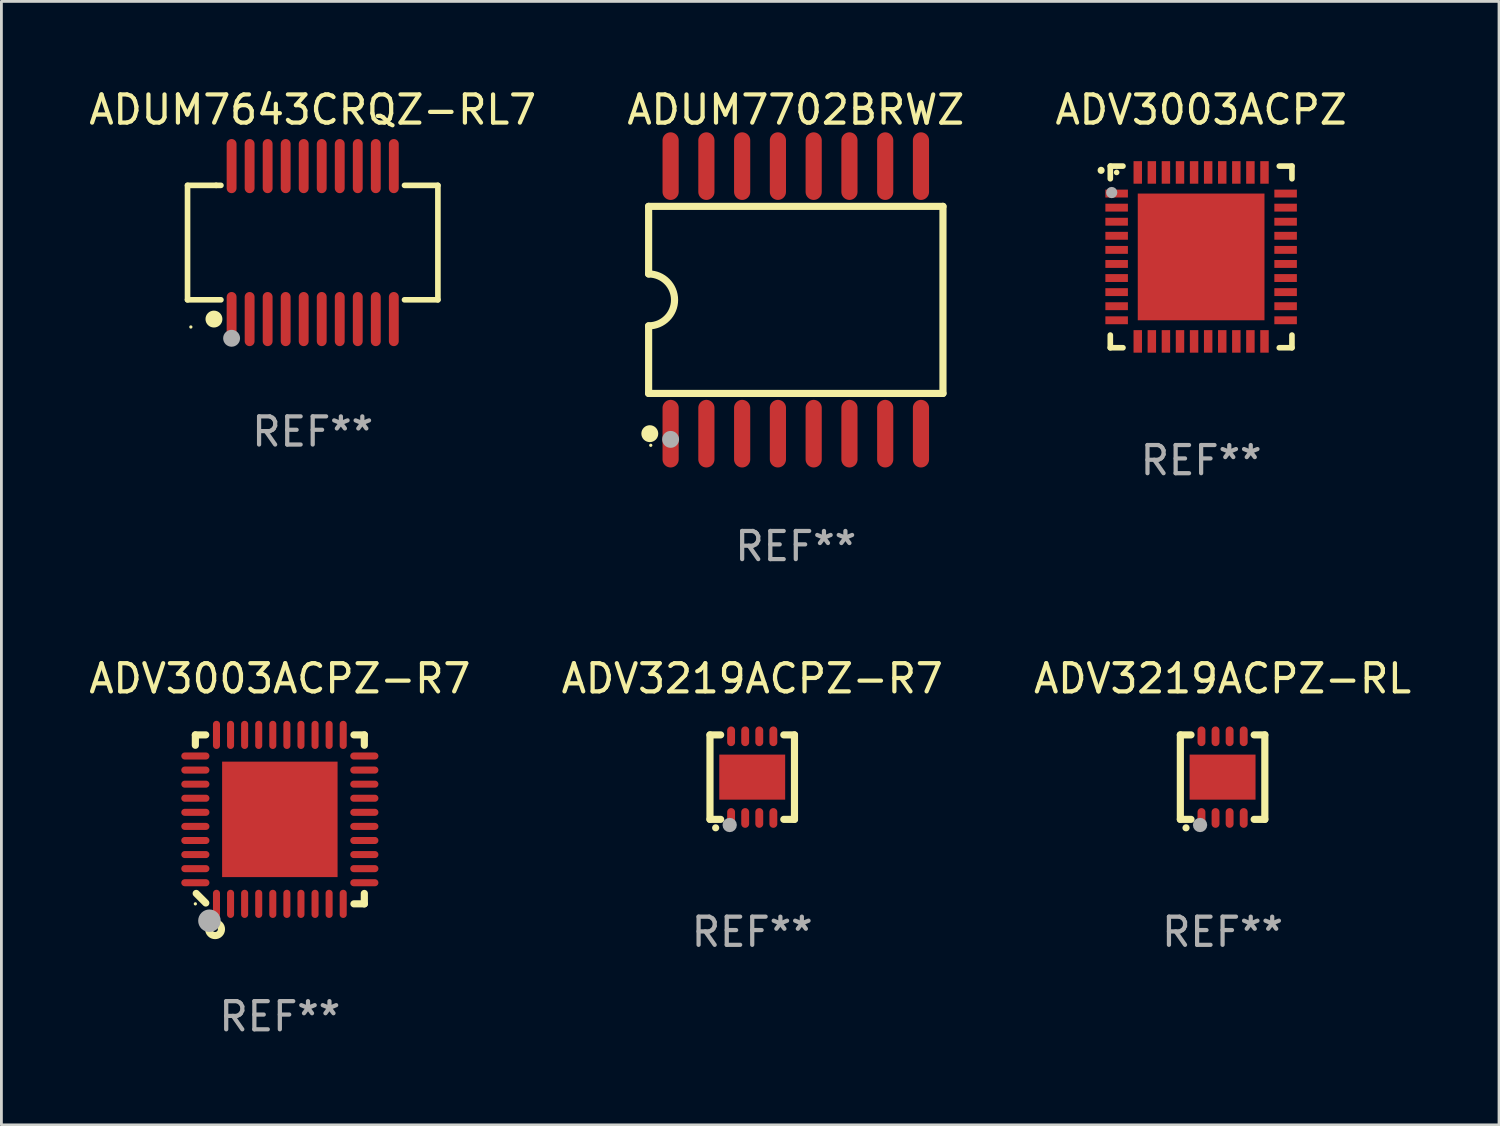
<source format=kicad_pcb>
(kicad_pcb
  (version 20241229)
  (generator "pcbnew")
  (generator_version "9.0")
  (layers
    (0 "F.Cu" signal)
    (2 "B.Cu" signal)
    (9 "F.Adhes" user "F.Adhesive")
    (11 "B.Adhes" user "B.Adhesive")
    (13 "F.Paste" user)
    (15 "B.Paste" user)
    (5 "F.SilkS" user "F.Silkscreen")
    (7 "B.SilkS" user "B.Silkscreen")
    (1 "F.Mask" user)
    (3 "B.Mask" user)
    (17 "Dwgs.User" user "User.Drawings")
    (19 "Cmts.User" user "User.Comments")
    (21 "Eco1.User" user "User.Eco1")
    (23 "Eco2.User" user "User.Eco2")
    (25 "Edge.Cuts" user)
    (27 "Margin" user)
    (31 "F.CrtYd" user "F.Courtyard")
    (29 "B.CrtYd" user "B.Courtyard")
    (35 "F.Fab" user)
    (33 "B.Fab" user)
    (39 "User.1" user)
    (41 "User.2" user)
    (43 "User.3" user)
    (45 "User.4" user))
  (footprint "ADV3219ACPZ-RL"
    (layer "F.Cu")
    (at 40.363 24.545)
    (property "Reference" "ADV3219ACPZ-RL" (at 0 -3.5 0) (layer "F.SilkS") (effects (font (size 1 1) (thickness 0.15))))
    (attr through_hole)
    (fp_line (start -1.5 -1.5) (end -1.121 -1.5) (stroke (width 0.254) (type solid)) (layer "F.SilkS"))
    (fp_line (start -1.5 1.5) (end -1.5 -1.5) (stroke (width 0.254) (type solid)) (layer "F.SilkS"))
    (fp_line (start -1.121 1.5) (end -1.5 1.5) (stroke (width 0.254) (type solid)) (layer "F.SilkS"))
    (fp_line (start 1.121 -1.5) (end 1.5 -1.5) (stroke (width 0.254) (type solid)) (layer "F.SilkS"))
    (fp_line (start 1.5 -1.5) (end 1.5 1.5) (stroke (width 0.254) (type solid)) (layer "F.SilkS"))
    (fp_line (start 1.5 1.5) (end 1.121 1.5) (stroke (width 0.254) (type solid)) (layer "F.SilkS"))
    (fp_arc (start -1.3 1.8) (mid -1.29873 1.799994) (end -1.29746 1.8) (stroke (width 0.25) (type solid)) (layer "F.SilkS"))
    (fp_circle (center -1.5 1.51) (end -1.47 1.51) (stroke (width 0.06) (type solid)) (fill no) (layer "F.SilkS"))
    (fp_circle (center -0.8 1.7) (end -0.673 1.7) (stroke (width 0.254) (type solid)) (fill no) (layer "F.Fab"))
    (fp_text user "REF**" (at 0 5.5 0) (layer "F.Fab") (effects (font (size 1 1) (thickness 0.15))))
    (pad "1" smd oval (at -0.75 1.45 180) (size 0.28 0.7) (layers "F.Cu" "F.Mask" "F.Paste"))
    (pad "2" smd oval (at -0.25 1.45 180) (size 0.28 0.7) (layers "F.Cu" "F.Mask" "F.Paste"))
    (pad "3" smd oval (at 0.25 1.45 180) (size 0.28 0.7) (layers "F.Cu" "F.Mask" "F.Paste"))
    (pad "4" smd oval (at 0.75 1.45 180) (size 0.28 0.7) (layers "F.Cu" "F.Mask" "F.Paste"))
    (pad "5" smd oval (at 0.75 -1.45 180) (size 0.28 0.7) (layers "F.Cu" "F.Mask" "F.Paste"))
    (pad "6" smd oval (at 0.25 -1.45 180) (size 0.28 0.7) (layers "F.Cu" "F.Mask" "F.Paste"))
    (pad "7" smd oval (at -0.25 -1.45 180) (size 0.28 0.7) (layers "F.Cu" "F.Mask" "F.Paste"))
    (pad "8" smd oval (at -0.75 -1.45 180) (size 0.28 0.7) (layers "F.Cu" "F.Mask" "F.Paste"))
    (pad "9" smd rect (at 0 0 90) (size 1.6 2.34) (layers "F.Cu" "F.Mask" "F.Paste")))
  (footprint "ADUM7643CRQZ-RL7"
    (layer "F.Cu")
    (at 8.054 5.564)
    (property "Reference" "ADUM7643CRQZ-RL7" (at 0 -4.716 0) (layer "F.SilkS") (effects (font (size 1 1) (thickness 0.15))))
    (attr through_hole)
    (fp_line (start -4.445 -2.032) (end -4.445 2.032) (stroke (width 0.2) (type solid)) (layer "F.SilkS"))
    (fp_line (start -4.445 2.032) (end -3.259 2.032) (stroke (width 0.2) (type solid)) (layer "F.SilkS"))
    (fp_line (start -3.429 -2.032) (end -4.445 -2.032) (stroke (width 0.2) (type solid)) (layer "F.SilkS"))
    (fp_line (start -3.259 -2.032) (end -3.429 -2.032) (stroke (width 0.2) (type solid)) (layer "F.SilkS"))
    (fp_line (start 3.259 2.032) (end 4.445 2.032) (stroke (width 0.2) (type solid)) (layer "F.SilkS"))
    (fp_line (start 4.445 -2.032) (end 3.259 -2.032) (stroke (width 0.2) (type solid)) (layer "F.SilkS"))
    (fp_line (start 4.445 2.032) (end 4.445 -2.032) (stroke (width 0.2) (type solid)) (layer "F.SilkS"))
    (fp_circle (center -4.327 2.997) (end -4.297 2.997) (stroke (width 0.06) (type solid)) (fill no) (layer "F.SilkS"))
    (fp_circle (center -3.507 2.716) (end -3.357 2.716) (stroke (width 0.3) (type solid)) (fill no) (layer "F.SilkS"))
    (fp_circle (center -2.88 3.398) (end -2.73 3.398) (stroke (width 0.3) (type solid)) (fill no) (layer "F.Fab"))
    (fp_text user "REF**" (at 0 6.716 0) (layer "F.Fab") (effects (font (size 1 1) (thickness 0.15))))
    (pad "1" smd oval (at -2.88 2.716) (size 0.35 1.922) (layers "F.Cu" "F.Mask" "F.Paste"))
    (pad "2" smd oval (at -2.24 2.716) (size 0.35 1.922) (layers "F.Cu" "F.Mask" "F.Paste"))
    (pad "3" smd oval (at -1.6 2.716) (size 0.35 1.922) (layers "F.Cu" "F.Mask" "F.Paste"))
    (pad "4" smd oval (at -0.96 2.716) (size 0.35 1.922) (layers "F.Cu" "F.Mask" "F.Paste"))
    (pad "5" smd oval (at -0.32 2.716) (size 0.35 1.922) (layers "F.Cu" "F.Mask" "F.Paste"))
    (pad "6" smd oval (at 0.32 2.716) (size 0.35 1.922) (layers "F.Cu" "F.Mask" "F.Paste"))
    (pad "7" smd oval (at 0.96 2.716) (size 0.35 1.922) (layers "F.Cu" "F.Mask" "F.Paste"))
    (pad "8" smd oval (at 1.6 2.716) (size 0.35 1.922) (layers "F.Cu" "F.Mask" "F.Paste"))
    (pad "9" smd oval (at 2.24 2.716) (size 0.35 1.922) (layers "F.Cu" "F.Mask" "F.Paste"))
    (pad "10" smd oval (at 2.88 2.716) (size 0.35 1.922) (layers "F.Cu" "F.Mask" "F.Paste"))
    (pad "11" smd oval (at 2.88 -2.716) (size 0.35 1.922) (layers "F.Cu" "F.Mask" "F.Paste"))
    (pad "12" smd oval (at 2.24 -2.716) (size 0.35 1.922) (layers "F.Cu" "F.Mask" "F.Paste"))
    (pad "13" smd oval (at 1.6 -2.716) (size 0.35 1.922) (layers "F.Cu" "F.Mask" "F.Paste"))
    (pad "14" smd oval (at 0.96 -2.716) (size 0.35 1.922) (layers "F.Cu" "F.Mask" "F.Paste"))
    (pad "15" smd oval (at 0.32 -2.716) (size 0.35 1.922) (layers "F.Cu" "F.Mask" "F.Paste"))
    (pad "16" smd oval (at -0.32 -2.716) (size 0.35 1.922) (layers "F.Cu" "F.Mask" "F.Paste"))
    (pad "17" smd oval (at -0.96 -2.716) (size 0.35 1.922) (layers "F.Cu" "F.Mask" "F.Paste"))
    (pad "18" smd oval (at -1.6 -2.716) (size 0.35 1.922) (layers "F.Cu" "F.Mask" "F.Paste"))
    (pad "19" smd oval (at -2.24 -2.716) (size 0.35 1.922) (layers "F.Cu" "F.Mask" "F.Paste"))
    (pad "20" smd oval (at -2.88 -2.716) (size 0.35 1.922) (layers "F.Cu" "F.Mask" "F.Paste")))
  (footprint "ADUM7702BRWZ"
    (layer "F.Cu")
    (at 25.208 7.599)
    (property "Reference" "ADUM7702BRWZ" (at 0 -6.75 0) (layer "F.SilkS") (effects (font (size 1 1) (thickness 0.15))))
    (attr through_hole)
    (fp_line (start -5.226 -3.321) (end -5.226 -0.921) (stroke (width 0.254) (type solid)) (layer "F.SilkS"))
    (fp_line (start -5.226 -3.321) (end 5.226 -3.321) (stroke (width 0.254) (type solid)) (layer "F.SilkS"))
    (fp_line (start -5.226 3.321) (end -5.226 0.921) (stroke (width 0.254) (type solid)) (layer "F.SilkS"))
    (fp_line (start 5.226 -3.321) (end 5.226 3.321) (stroke (width 0.254) (type solid)) (layer "F.SilkS"))
    (fp_line (start 5.226 3.321) (end -5.226 3.321) (stroke (width 0.254) (type solid)) (layer "F.SilkS"))
    (fp_arc (start -5.226594 -0.920751) (mid -4.305538 0.000127) (end -5.226238 0.921361) (stroke (width 0.254001) (type solid)) (layer "F.SilkS"))
    (fp_circle (center -5.184 4.75) (end -5.034 4.75) (stroke (width 0.3) (type solid)) (fill no) (layer "F.SilkS"))
    (fp_circle (center -5.15 5.163) (end -5.12 5.163) (stroke (width 0.06) (type solid)) (fill no) (layer "F.SilkS"))
    (fp_circle (center -4.445 4.953) (end -4.295 4.953) (stroke (width 0.3) (type solid)) (fill no) (layer "F.Fab"))
    (fp_text user "REF**" (at 0 8.75 0) (layer "F.Fab") (effects (font (size 1 1) (thickness 0.15))))
    (pad "1" smd oval (at -4.445 4.75) (size 0.574 2.401) (layers "F.Cu" "F.Mask" "F.Paste"))
    (pad "2" smd oval (at -3.175 4.75) (size 0.574 2.401) (layers "F.Cu" "F.Mask" "F.Paste"))
    (pad "3" smd oval (at -1.905 4.75) (size 0.574 2.401) (layers "F.Cu" "F.Mask" "F.Paste"))
    (pad "4" smd oval (at -0.635 4.75) (size 0.574 2.401) (layers "F.Cu" "F.Mask" "F.Paste"))
    (pad "5" smd oval (at 0.635 4.75) (size 0.574 2.401) (layers "F.Cu" "F.Mask" "F.Paste"))
    (pad "6" smd oval (at 1.905 4.75) (size 0.574 2.401) (layers "F.Cu" "F.Mask" "F.Paste"))
    (pad "7" smd oval (at 3.175 4.75) (size 0.574 2.401) (layers "F.Cu" "F.Mask" "F.Paste"))
    (pad "8" smd oval (at 4.445 4.75) (size 0.574 2.401) (layers "F.Cu" "F.Mask" "F.Paste"))
    (pad "9" smd oval (at 4.445 -4.75) (size 0.574 2.401) (layers "F.Cu" "F.Mask" "F.Paste"))
    (pad "10" smd oval (at 3.175 -4.75) (size 0.574 2.401) (layers "F.Cu" "F.Mask" "F.Paste"))
    (pad "11" smd oval (at 1.905 -4.75) (size 0.574 2.401) (layers "F.Cu" "F.Mask" "F.Paste"))
    (pad "12" smd oval (at 0.635 -4.75) (size 0.574 2.401) (layers "F.Cu" "F.Mask" "F.Paste"))
    (pad "13" smd oval (at -0.635 -4.75) (size 0.574 2.401) (layers "F.Cu" "F.Mask" "F.Paste"))
    (pad "14" smd oval (at -1.905 -4.75) (size 0.574 2.401) (layers "F.Cu" "F.Mask" "F.Paste"))
    (pad "15" smd oval (at -3.175 -4.75) (size 0.574 2.401) (layers "F.Cu" "F.Mask" "F.Paste"))
    (pad "16" smd oval (at -4.445 -4.75) (size 0.574 2.401) (layers "F.Cu" "F.Mask" "F.Paste")))
  (footprint "ADV3219ACPZ-R7"
    (layer "F.Cu")
    (at 23.661 24.545)
    (property "Reference" "ADV3219ACPZ-R7" (at 0 -3.5 0) (layer "F.SilkS") (effects (font (size 1 1) (thickness 0.15))))
    (attr through_hole)
    (fp_line (start -1.5 -1.5) (end -1.121 -1.5) (stroke (width 0.254) (type solid)) (layer "F.SilkS"))
    (fp_line (start -1.5 1.5) (end -1.5 -1.5) (stroke (width 0.254) (type solid)) (layer "F.SilkS"))
    (fp_line (start -1.121 1.5) (end -1.5 1.5) (stroke (width 0.254) (type solid)) (layer "F.SilkS"))
    (fp_line (start 1.121 -1.5) (end 1.5 -1.5) (stroke (width 0.254) (type solid)) (layer "F.SilkS"))
    (fp_line (start 1.5 -1.5) (end 1.5 1.5) (stroke (width 0.254) (type solid)) (layer "F.SilkS"))
    (fp_line (start 1.5 1.5) (end 1.121 1.5) (stroke (width 0.254) (type solid)) (layer "F.SilkS"))
    (fp_arc (start -1.3 1.8) (mid -1.29873 1.799994) (end -1.29746 1.8) (stroke (width 0.25) (type solid)) (layer "F.SilkS"))
    (fp_circle (center -1.5 1.51) (end -1.47 1.51) (stroke (width 0.06) (type solid)) (fill no) (layer "F.SilkS"))
    (fp_circle (center -0.8 1.7) (end -0.673 1.7) (stroke (width 0.254) (type solid)) (fill no) (layer "F.Fab"))
    (fp_text user "REF**" (at 0 5.5 0) (layer "F.Fab") (effects (font (size 1 1) (thickness 0.15))))
    (pad "1" smd oval (at -0.75 1.45 180) (size 0.28 0.7) (layers "F.Cu" "F.Mask" "F.Paste"))
    (pad "2" smd oval (at -0.25 1.45 180) (size 0.28 0.7) (layers "F.Cu" "F.Mask" "F.Paste"))
    (pad "3" smd oval (at 0.25 1.45 180) (size 0.28 0.7) (layers "F.Cu" "F.Mask" "F.Paste"))
    (pad "4" smd oval (at 0.75 1.45 180) (size 0.28 0.7) (layers "F.Cu" "F.Mask" "F.Paste"))
    (pad "5" smd oval (at 0.75 -1.45 180) (size 0.28 0.7) (layers "F.Cu" "F.Mask" "F.Paste"))
    (pad "6" smd oval (at 0.25 -1.45 180) (size 0.28 0.7) (layers "F.Cu" "F.Mask" "F.Paste"))
    (pad "7" smd oval (at -0.25 -1.45 180) (size 0.28 0.7) (layers "F.Cu" "F.Mask" "F.Paste"))
    (pad "8" smd oval (at -0.75 -1.45 180) (size 0.28 0.7) (layers "F.Cu" "F.Mask" "F.Paste"))
    (pad "9" smd rect (at 0 0 90) (size 1.6 2.34) (layers "F.Cu" "F.Mask" "F.Paste")))
  (footprint "ADV3003ACPZ-R7"
    (layer "F.Cu")
    (at 6.887 26.045)
    (property "Reference" "ADV3003ACPZ-R7" (at 0 -5 0) (layer "F.SilkS") (effects (font (size 1 1) (thickness 0.15))))
    (attr through_hole)
    (fp_line (start -3 -3) (end -3 -2.631) (stroke (width 0.254) (type solid)) (layer "F.SilkS"))
    (fp_line (start -2.631 -3) (end -3 -3) (stroke (width 0.254) (type solid)) (layer "F.SilkS"))
    (fp_line (start -2.63 2.97) (end -2.97 2.63) (stroke (width 0.254) (type solid)) (layer "F.SilkS"))
    (fp_line (start 2.631 -3) (end 3 -3) (stroke (width 0.254) (type solid)) (layer "F.SilkS"))
    (fp_line (start 3 -3) (end 3 -2.631) (stroke (width 0.254) (type solid)) (layer "F.SilkS"))
    (fp_line (start 3 2.631) (end 3 3) (stroke (width 0.254) (type solid)) (layer "F.SilkS"))
    (fp_line (start 3 3) (end 2.631 3) (stroke (width 0.254) (type solid)) (layer "F.SilkS"))
    (fp_circle (center -3 3) (end -2.97 3) (stroke (width 0.06) (type solid)) (fill no) (layer "F.SilkS"))
    (fp_circle (center -2.3 3.9) (end -2.2 3.9) (stroke (width 0.254) (type solid)) (fill no) (layer "F.SilkS"))
    (fp_circle (center -2.5 3.6) (end -2.3 3.6) (stroke (width 0.4) (type solid)) (fill no) (layer "F.Fab"))
    (fp_text user "REF**" (at 0 7 0) (layer "F.Fab") (effects (font (size 1 1) (thickness 0.15))))
    (pad "1" smd oval (at -2.25 3) (size 0.25 1) (layers "F.Cu" "F.Mask" "F.Paste"))
    (pad "2" smd oval (at -1.75 3) (size 0.25 1) (layers "F.Cu" "F.Mask" "F.Paste"))
    (pad "3" smd oval (at -1.25 3) (size 0.25 1) (layers "F.Cu" "F.Mask" "F.Paste"))
    (pad "4" smd oval (at -0.75 3) (size 0.25 1) (layers "F.Cu" "F.Mask" "F.Paste"))
    (pad "5" smd oval (at -0.25 3) (size 0.25 1) (layers "F.Cu" "F.Mask" "F.Paste"))
    (pad "6" smd oval (at 0.25 3) (size 0.25 1) (layers "F.Cu" "F.Mask" "F.Paste"))
    (pad "7" smd oval (at 0.75 3) (size 0.25 1) (layers "F.Cu" "F.Mask" "F.Paste"))
    (pad "8" smd oval (at 1.25 3) (size 0.25 1) (layers "F.Cu" "F.Mask" "F.Paste"))
    (pad "9" smd oval (at 1.75 3) (size 0.25 1) (layers "F.Cu" "F.Mask" "F.Paste"))
    (pad "10" smd oval (at 2.25 3) (size 0.25 1) (layers "F.Cu" "F.Mask" "F.Paste"))
    (pad "11" smd oval (at 3 2.25 90) (size 0.25 1) (layers "F.Cu" "F.Mask" "F.Paste"))
    (pad "12" smd oval (at 3 1.75 90) (size 0.25 1) (layers "F.Cu" "F.Mask" "F.Paste"))
    (pad "13" smd oval (at 3 1.25 90) (size 0.25 1) (layers "F.Cu" "F.Mask" "F.Paste"))
    (pad "14" smd oval (at 3 0.75 90) (size 0.25 1) (layers "F.Cu" "F.Mask" "F.Paste"))
    (pad "15" smd oval (at 3 0.25 90) (size 0.25 1) (layers "F.Cu" "F.Mask" "F.Paste"))
    (pad "16" smd oval (at 3 -0.25 90) (size 0.25 1) (layers "F.Cu" "F.Mask" "F.Paste"))
    (pad "17" smd oval (at 3 -0.75 90) (size 0.25 1) (layers "F.Cu" "F.Mask" "F.Paste"))
    (pad "18" smd oval (at 3 -1.25 90) (size 0.25 1) (layers "F.Cu" "F.Mask" "F.Paste"))
    (pad "19" smd oval (at 3 -1.75 90) (size 0.25 1) (layers "F.Cu" "F.Mask" "F.Paste"))
    (pad "20" smd oval (at 3 -2.25 90) (size 0.25 1) (layers "F.Cu" "F.Mask" "F.Paste"))
    (pad "21" smd oval (at 2.25 -3 180) (size 0.25 1) (layers "F.Cu" "F.Mask" "F.Paste"))
    (pad "22" smd oval (at 1.75 -3 180) (size 0.25 1) (layers "F.Cu" "F.Mask" "F.Paste"))
    (pad "23" smd oval (at 1.25 -3 180) (size 0.25 1) (layers "F.Cu" "F.Mask" "F.Paste"))
    (pad "24" smd oval (at 0.75 -3 180) (size 0.25 1) (layers "F.Cu" "F.Mask" "F.Paste"))
    (pad "25" smd oval (at 0.25 -3 180) (size 0.25 1) (layers "F.Cu" "F.Mask" "F.Paste"))
    (pad "26" smd oval (at -0.25 -3 180) (size 0.25 1) (layers "F.Cu" "F.Mask" "F.Paste"))
    (pad "27" smd oval (at -0.75 -3 180) (size 0.25 1) (layers "F.Cu" "F.Mask" "F.Paste"))
    (pad "28" smd oval (at -1.25 -3 180) (size 0.25 1) (layers "F.Cu" "F.Mask" "F.Paste"))
    (pad "29" smd oval (at -1.75 -3 180) (size 0.25 1) (layers "F.Cu" "F.Mask" "F.Paste"))
    (pad "30" smd oval (at -2.25 -3 180) (size 0.25 1) (layers "F.Cu" "F.Mask" "F.Paste"))
    (pad "31" smd oval (at -3 -2.25 270) (size 0.25 1) (layers "F.Cu" "F.Mask" "F.Paste"))
    (pad "32" smd oval (at -3 -1.75 270) (size 0.25 1) (layers "F.Cu" "F.Mask" "F.Paste"))
    (pad "33" smd oval (at -3 -1.25 270) (size 0.25 1) (layers "F.Cu" "F.Mask" "F.Paste"))
    (pad "34" smd oval (at -3 -0.75 270) (size 0.25 1) (layers "F.Cu" "F.Mask" "F.Paste"))
    (pad "35" smd oval (at -3 -0.25 270) (size 0.25 1) (layers "F.Cu" "F.Mask" "F.Paste"))
    (pad "36" smd oval (at -3 0.25 270) (size 0.25 1) (layers "F.Cu" "F.Mask" "F.Paste"))
    (pad "37" smd oval (at -3 0.75 270) (size 0.25 1) (layers "F.Cu" "F.Mask" "F.Paste"))
    (pad "38" smd oval (at -3 1.25 270) (size 0.25 1) (layers "F.Cu" "F.Mask" "F.Paste"))
    (pad "39" smd oval (at -3 1.75 270) (size 0.25 1) (layers "F.Cu" "F.Mask" "F.Paste"))
    (pad "40" smd oval (at -3 2.25 270) (size 0.25 1) (layers "F.Cu" "F.Mask" "F.Paste"))
    (pad "41" smd rect (at 0 0) (size 4.1 4.1) (layers "F.Cu" "F.Mask" "F.Paste")))
  (footprint "ADV3003ACPZ"
    (layer "F.Cu")
    (at 39.601 6.073)
    (property "Reference" "ADV3003ACPZ" (at 0 -5.225 0) (layer "F.SilkS") (effects (font (size 1 1) (thickness 0.15))))
    (attr through_hole)
    (fp_line (start -3.225 -3.225) (end -2.775 -3.225) (stroke (width 0.2) (type solid)) (layer "F.SilkS"))
    (fp_line (start -3.225 -2.775) (end -3.225 -3.225) (stroke (width 0.2) (type solid)) (layer "F.SilkS"))
    (fp_line (start -3.225 2.775) (end -3.225 3.225) (stroke (width 0.2) (type solid)) (layer "F.SilkS"))
    (fp_line (start -3.225 3.225) (end -2.775 3.225) (stroke (width 0.2) (type solid)) (layer "F.SilkS"))
    (fp_line (start 2.775 -3.225) (end 3.225 -3.225) (stroke (width 0.2) (type solid)) (layer "F.SilkS"))
    (fp_line (start 2.775 3.225) (end 3.225 3.225) (stroke (width 0.2) (type solid)) (layer "F.SilkS"))
    (fp_line (start 3.225 -3.225) (end 3.225 -2.775) (stroke (width 0.2) (type solid)) (layer "F.SilkS"))
    (fp_line (start 3.225 3.225) (end 3.225 2.775) (stroke (width 0.2) (type solid)) (layer "F.SilkS"))
    (fp_arc (start -3.55094 -3.073406) (mid -3.550946 -3.074676) (end -3.55094 -3.075946) (stroke (width 0.25) (type solid)) (layer "F.SilkS"))
    (fp_circle (center -3 -3) (end -2.95 -3) (stroke (width 0.1) (type solid)) (fill no) (layer "F.SilkS"))
    (fp_circle (center -3.175 -2.286) (end -3.075 -2.286) (stroke (width 0.2) (type solid)) (fill no) (layer "F.Fab"))
    (fp_text user "REF**" (at 0 7.225 0) (layer "F.Fab") (effects (font (size 1 1) (thickness 0.15))))
    (pad "1" smd rect (at -3 -2.25) (size 0.8 0.28) (layers "F.Cu" "F.Mask" "F.Paste"))
    (pad "2" smd rect (at -3 -1.75) (size 0.8 0.28) (layers "F.Cu" "F.Mask" "F.Paste"))
    (pad "3" smd rect (at -3 -1.25) (size 0.8 0.28) (layers "F.Cu" "F.Mask" "F.Paste"))
    (pad "4" smd rect (at -3 -0.75) (size 0.8 0.28) (layers "F.Cu" "F.Mask" "F.Paste"))
    (pad "5" smd rect (at -3 -0.25) (size 0.8 0.28) (layers "F.Cu" "F.Mask" "F.Paste"))
    (pad "6" smd rect (at -3 0.25) (size 0.8 0.28) (layers "F.Cu" "F.Mask" "F.Paste"))
    (pad "7" smd rect (at -3 0.75) (size 0.8 0.28) (layers "F.Cu" "F.Mask" "F.Paste"))
    (pad "8" smd rect (at -3 1.25) (size 0.8 0.28) (layers "F.Cu" "F.Mask" "F.Paste"))
    (pad "9" smd rect (at -3 1.75) (size 0.8 0.28) (layers "F.Cu" "F.Mask" "F.Paste"))
    (pad "10" smd rect (at -3 2.25) (size 0.8 0.28) (layers "F.Cu" "F.Mask" "F.Paste"))
    (pad "11" smd rect (at -2.25 3) (size 0.3 0.8) (layers "F.Cu" "F.Mask" "F.Paste"))
    (pad "12" smd rect (at -1.75 3) (size 0.3 0.8) (layers "F.Cu" "F.Mask" "F.Paste"))
    (pad "13" smd rect (at -1.25 3) (size 0.3 0.8) (layers "F.Cu" "F.Mask" "F.Paste"))
    (pad "14" smd rect (at -0.75 3) (size 0.3 0.8) (layers "F.Cu" "F.Mask" "F.Paste"))
    (pad "15" smd rect (at -0.25 3) (size 0.3 0.8) (layers "F.Cu" "F.Mask" "F.Paste"))
    (pad "16" smd rect (at 0.25 3) (size 0.3 0.8) (layers "F.Cu" "F.Mask" "F.Paste"))
    (pad "17" smd rect (at 0.75 3) (size 0.3 0.8) (layers "F.Cu" "F.Mask" "F.Paste"))
    (pad "18" smd rect (at 1.25 3) (size 0.3 0.8) (layers "F.Cu" "F.Mask" "F.Paste"))
    (pad "19" smd rect (at 1.75 3) (size 0.3 0.8) (layers "F.Cu" "F.Mask" "F.Paste"))
    (pad "20" smd rect (at 2.25 3) (size 0.3 0.8) (layers "F.Cu" "F.Mask" "F.Paste"))
    (pad "21" smd rect (at 3 2.25) (size 0.8 0.28) (layers "F.Cu" "F.Mask" "F.Paste"))
    (pad "22" smd rect (at 3 1.75) (size 0.8 0.28) (layers "F.Cu" "F.Mask" "F.Paste"))
    (pad "23" smd rect (at 3 1.25) (size 0.8 0.28) (layers "F.Cu" "F.Mask" "F.Paste"))
    (pad "24" smd rect (at 3 0.75) (size 0.8 0.28) (layers "F.Cu" "F.Mask" "F.Paste"))
    (pad "25" smd rect (at 3 0.25) (size 0.8 0.28) (layers "F.Cu" "F.Mask" "F.Paste"))
    (pad "26" smd rect (at 3 -0.25) (size 0.8 0.28) (layers "F.Cu" "F.Mask" "F.Paste"))
    (pad "27" smd rect (at 3 -0.75) (size 0.8 0.28) (layers "F.Cu" "F.Mask" "F.Paste"))
    (pad "28" smd rect (at 3 -1.25) (size 0.8 0.28) (layers "F.Cu" "F.Mask" "F.Paste"))
    (pad "29" smd rect (at 3 -1.75) (size 0.8 0.28) (layers "F.Cu" "F.Mask" "F.Paste"))
    (pad "30" smd rect (at 3 -2.25) (size 0.8 0.28) (layers "F.Cu" "F.Mask" "F.Paste"))
    (pad "31" smd rect (at 2.25 -3) (size 0.3 0.8) (layers "F.Cu" "F.Mask" "F.Paste"))
    (pad "32" smd rect (at 1.75 -3) (size 0.3 0.8) (layers "F.Cu" "F.Mask" "F.Paste"))
    (pad "33" smd rect (at 1.25 -3) (size 0.3 0.8) (layers "F.Cu" "F.Mask" "F.Paste"))
    (pad "34" smd rect (at 0.75 -3) (size 0.3 0.8) (layers "F.Cu" "F.Mask" "F.Paste"))
    (pad "35" smd rect (at 0.25 -3) (size 0.3 0.8) (layers "F.Cu" "F.Mask" "F.Paste"))
    (pad "36" smd rect (at -0.25 -3) (size 0.3 0.8) (layers "F.Cu" "F.Mask" "F.Paste"))
    (pad "37" smd rect (at -0.75 -3) (size 0.3 0.8) (layers "F.Cu" "F.Mask" "F.Paste"))
    (pad "38" smd rect (at -1.25 -3) (size 0.3 0.8) (layers "F.Cu" "F.Mask" "F.Paste"))
    (pad "39" smd rect (at -1.75 -3) (size 0.3 0.8) (layers "F.Cu" "F.Mask" "F.Paste"))
    (pad "40" smd rect (at -2.25 -3) (size 0.3 0.8) (layers "F.Cu" "F.Mask" "F.Paste"))
    (pad "41" smd rect (at -0.000013 0) (size 4.5 4.5) (layers "F.Cu" "F.Mask" "F.Paste")))
  (gr_rect
    (start -3 -3)
    (end 50.179 36.894)
    (stroke (width 0.1) (type default))
    (fill no)
    (layer "Edge.Cuts")))
</source>
